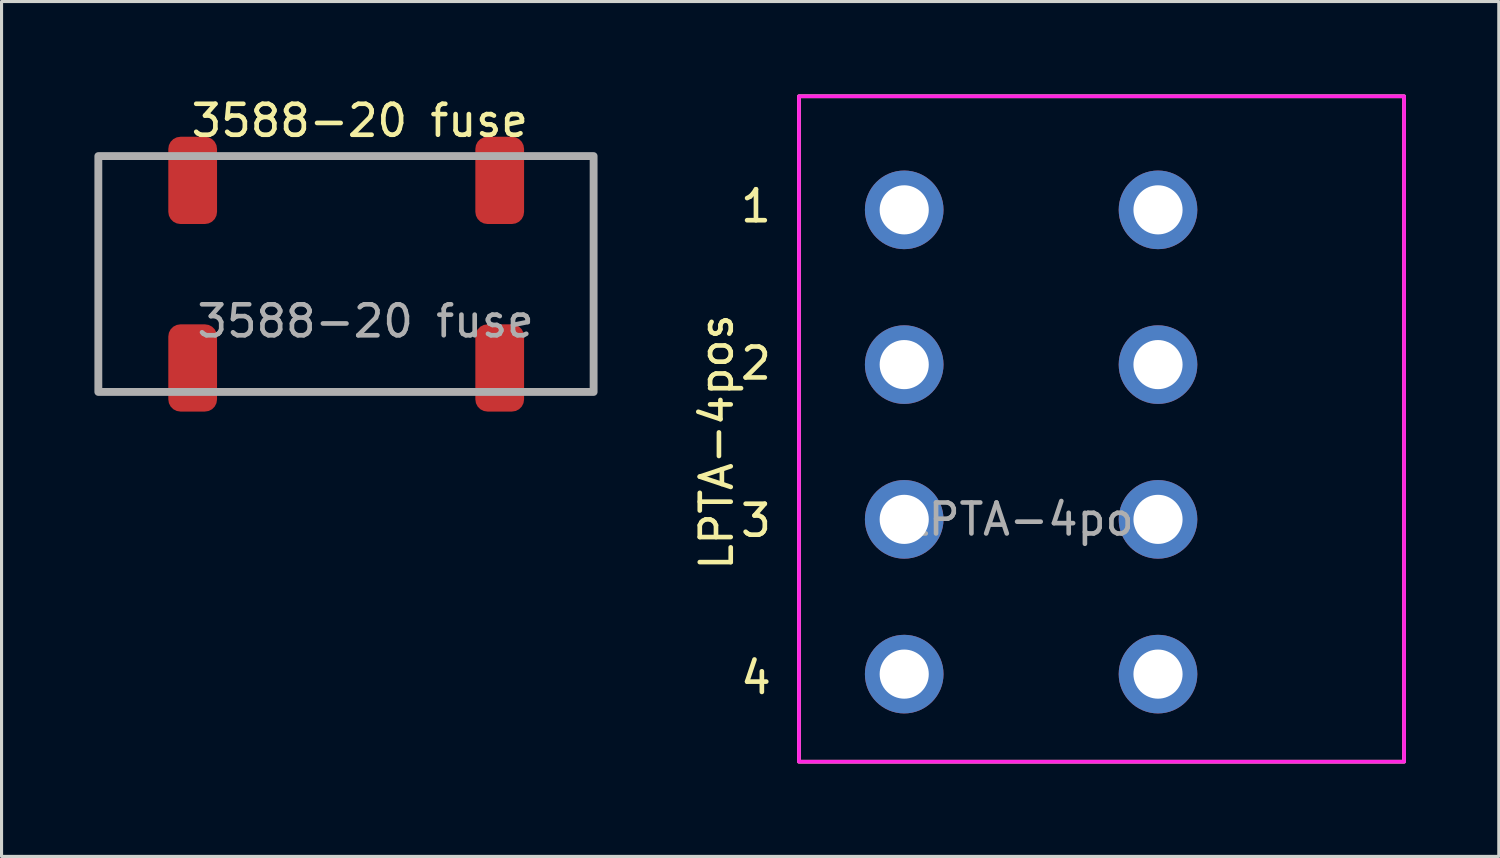
<source format=kicad_pcb>
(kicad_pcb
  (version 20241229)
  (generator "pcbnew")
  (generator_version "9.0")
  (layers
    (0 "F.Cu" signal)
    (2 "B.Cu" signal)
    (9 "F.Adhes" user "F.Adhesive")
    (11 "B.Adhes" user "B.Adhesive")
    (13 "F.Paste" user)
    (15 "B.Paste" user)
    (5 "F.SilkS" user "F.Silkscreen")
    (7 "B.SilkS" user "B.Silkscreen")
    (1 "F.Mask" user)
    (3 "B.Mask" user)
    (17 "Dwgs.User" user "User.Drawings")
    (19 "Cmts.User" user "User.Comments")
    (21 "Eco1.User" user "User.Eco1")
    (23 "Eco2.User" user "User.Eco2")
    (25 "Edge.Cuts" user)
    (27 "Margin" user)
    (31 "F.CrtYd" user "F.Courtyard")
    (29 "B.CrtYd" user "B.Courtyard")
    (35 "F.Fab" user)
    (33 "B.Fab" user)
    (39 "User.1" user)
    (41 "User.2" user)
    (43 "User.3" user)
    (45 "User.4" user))
  (footprint "3588-20 fuse"
    (layer "F.Cu")
    (at 3.175 10.248)
    (property "Reference" "3588-20 fuse" (at 5.4 -9.4 0) (unlocked yes) (layer "F.SilkS") (effects (font (size 1 1) (thickness 0.15))))
    (attr smd)
    (fp_rect (start -3.048 -0.635) (end 12.954 -8.255) (stroke (width 0.254) (type solid)) (fill no) (layer "F.Fab"))
    (fp_text user "${REFERENCE}" (at 5.588 -2.921 0) (unlocked yes) (layer "F.Fab") (effects (font (size 1 1) (thickness 0.15))))
    (pad "1" smd roundrect (at 0 -7.47 180) (size 1.575 2.819) (layers "F.Cu" "F.Mask" "F.Paste") (roundrect_rratio 0.25))
    (pad "1" smd roundrect (at 0 -1.41 180) (size 1.575 2.819) (layers "F.Cu" "F.Mask" "F.Paste") (roundrect_rratio 0.25))
    (pad "2" smd roundrect (at 9.92 -7.47 180) (size 1.575 2.819) (layers "F.Cu" "F.Mask" "F.Paste") (roundrect_rratio 0.25))
    (pad "2" smd roundrect (at 9.92 -1.41 180) (size 1.575 2.819) (layers "F.Cu" "F.Mask" "F.Paste") (roundrect_rratio 0.25)))
  (footprint "LPTA-4pos"
    (layer "F.Cu")
    (at 30.264 11.23)
    (property "Reference" "LPTA-4pos" (at -10.16 0 90) (unlocked yes) (layer "F.SilkS") (effects (font (size 1 1) (thickness 0.15))))
    (attr smd)
    (fp_rect (start -7.5 -11.17) (end 12.05 10.33) (stroke (width 0.12) (type solid)) (fill no) (layer "F.SilkS"))
    (fp_rect (start -7.5 -11.17) (end 12.05 10.33) (stroke (width 0.12) (type solid)) (fill no) (layer "F.CrtYd"))
    (fp_text user "4" (at -8.89 7.62 0) (unlocked yes) (layer "F.SilkS") (effects (font (size 1 1) (thickness 0.15))))
    (fp_text user "2" (at -8.89 -2.54 0) (unlocked yes) (layer "F.SilkS") (effects (font (size 1 1) (thickness 0.15))))
    (fp_text user "1" (at -8.89 -7.62 0) (unlocked yes) (layer "F.SilkS") (effects (font (size 1 1) (thickness 0.15))))
    (fp_text user "3" (at -8.89 2.54 0) (unlocked yes) (layer "F.SilkS") (effects (font (size 1 1) (thickness 0.15))))
    (fp_text user "${REFERENCE}" (at 0 2.5 0) (unlocked yes) (layer "F.Fab") (effects (font (size 1 1) (thickness 0.15))))
    (pad "1" thru_hole circle (at -4.1 -7.5) (size 2.54 2.54) (drill 1.587) (layers "*.Cu" "*.Mask"))
    (pad "1" thru_hole circle (at 4.1 -7.5) (size 2.54 2.54) (drill 1.587) (layers "*.Cu" "*.Mask"))
    (pad "2" thru_hole circle (at -4.1 -2.5) (size 2.54 2.54) (drill 1.587) (layers "*.Cu" "*.Mask"))
    (pad "2" thru_hole circle (at 4.1 -2.5) (size 2.54 2.54) (drill 1.587) (layers "*.Cu" "*.Mask"))
    (pad "3" thru_hole circle (at -4.1 2.5) (size 2.54 2.54) (drill 1.587) (layers "*.Cu" "*.Mask"))
    (pad "3" thru_hole circle (at 4.1 2.5) (size 2.54 2.54) (drill 1.587) (layers "*.Cu" "*.Mask"))
    (pad "4" thru_hole circle (at -4.1 7.5) (size 2.54 2.54) (drill 1.587) (layers "*.Cu" "*.Mask"))
    (pad "4" thru_hole circle (at 4.1 7.5) (size 2.54 2.54) (drill 1.587) (layers "*.Cu" "*.Mask")))
  (gr_rect
    (start -3 -3)
    (end 45.374 24.62)
    (stroke (width 0.1) (type default))
    (fill no)
    (layer "Edge.Cuts")))
</source>
